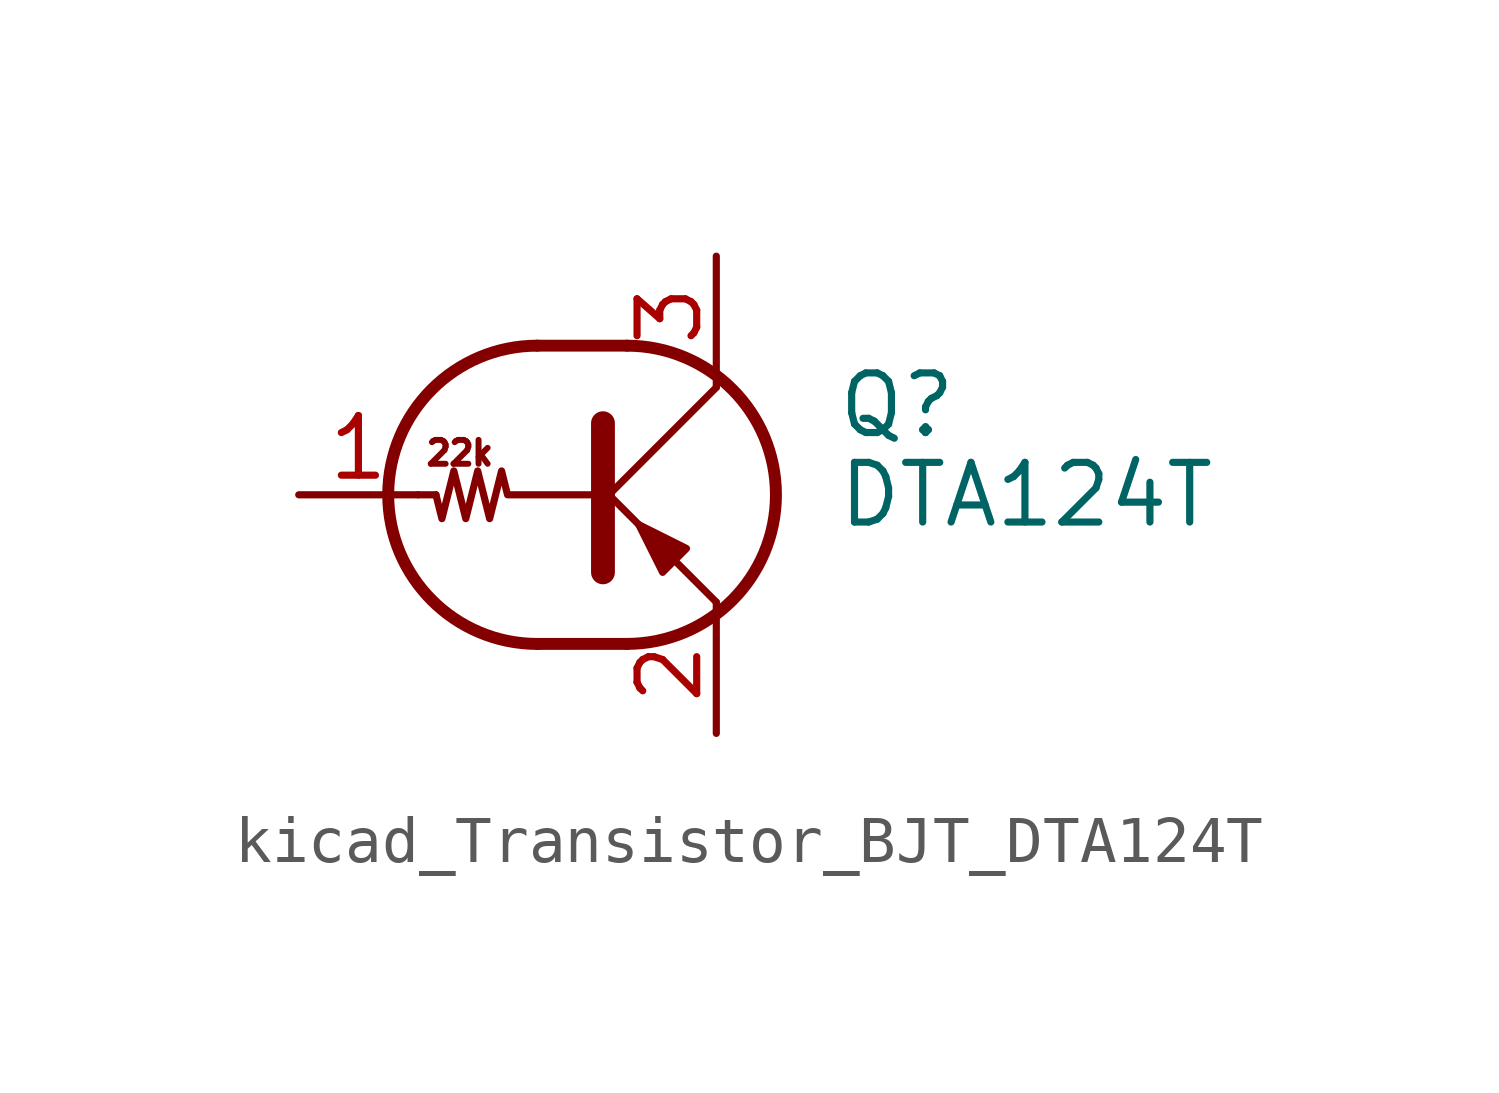
<source format=kicad_sym>
(kicad_symbol_lib
  (version 20220914)
  (generator kicad_symbol_editor)
  (symbol "kicad_Transistor_BJT_DTA124T"
    (pin_names
      (offset 0) hide)
    (property "Reference" "Q"
      (at 5.08 1.905 0)
      (effects (font (size 1.27 1.27)) (justify left)))
    (property "Value" "DTA124T"
      (at 5.08 0 0)
      (effects (font (size 1.27 1.27)) (justify left)))
    (symbol "kicad_Transistor_BJT_DTA124T_0_0"
      (polyline (pts (xy 2.54 -2.286) (xy 2.54 -2.54)) (stroke (width 0) (type default)) (fill (type none)))
      (text "22k" (at -2.921 0.889 0) (effects (font (size 0.508 0.508)))))
    (symbol "kicad_Transistor_BJT_DTA124T_0_1"
      (arc (start -1.27 3.175) (mid -4.4312 0) (end -1.27 -3.175) (stroke (width 0.254) (type default)) (fill (type none)))
      (polyline (pts (xy -3.429 0) (xy -3.81 0)) (stroke (width 0) (type default)) (fill (type none)))
      (polyline (pts (xy -1.27 -3.175) (xy 0.635 -3.175)) (stroke (width 0.254) (type default)) (fill (type none)))
      (polyline (pts (xy -1.27 3.175) (xy 0.635 3.175)) (stroke (width 0.254) (type default)) (fill (type none)))
      (polyline (pts (xy 0 -0.254) (xy 2.54 2.286)) (stroke (width 0) (type default)) (fill (type none)))
      (polyline (pts (xy 0.127 1.524) (xy 0.127 -1.651)) (stroke (width 0.508) (type default)) (fill (type outline)))
      (polyline (pts (xy 2.54 2.286) (xy 2.54 2.54)) (stroke (width 0) (type default)) (fill (type none)))
      (polyline (pts (xy 2.54 -2.286) (xy 0 0.254) (xy 0 0.254)) (stroke (width 0) (type default)) (fill (type none)))
      (polyline (pts (xy 1.397 -1.651) (xy 1.905 -1.143) (xy 0.889 -0.635) (xy 1.397 -1.651)) (stroke (width 0) (type default)) (fill (type outline)))
      (polyline (pts (xy 0 0) (xy -1.905 0) (xy -2.032 0.508) (xy -2.286 -0.508) (xy -2.54 0.508) (xy -2.794 -0.508) (xy -3.048 0.508) (xy -3.302 -0.508) (xy -3.429 0)) (stroke (width 0) (type default)) (fill (type none)))
      (arc (start 0.635 -3.175) (mid 3.7962 0) (end 0.635 3.175) (stroke (width 0.254) (type default)) (fill (type none))))
    (symbol "kicad_Transistor_BJT_DTA124T_1_1"
      (pin input line (at -6.35 0 0) (length 2.54) (name "B" (effects (font (size 1.27 1.27)))) (number "1" (effects (font (size 1.27 1.27)))))
      (pin passive line (at 2.54 -5.08 90) (length 2.54) (name "E" (effects (font (size 1.27 1.27)))) (number "2" (effects (font (size 1.27 1.27)))))
      (pin passive line (at 2.54 5.08 270) (length 2.54) (name "C" (effects (font (size 1.27 1.27)))) (number "3" (effects (font (size 1.27 1.27))))))))
</source>
